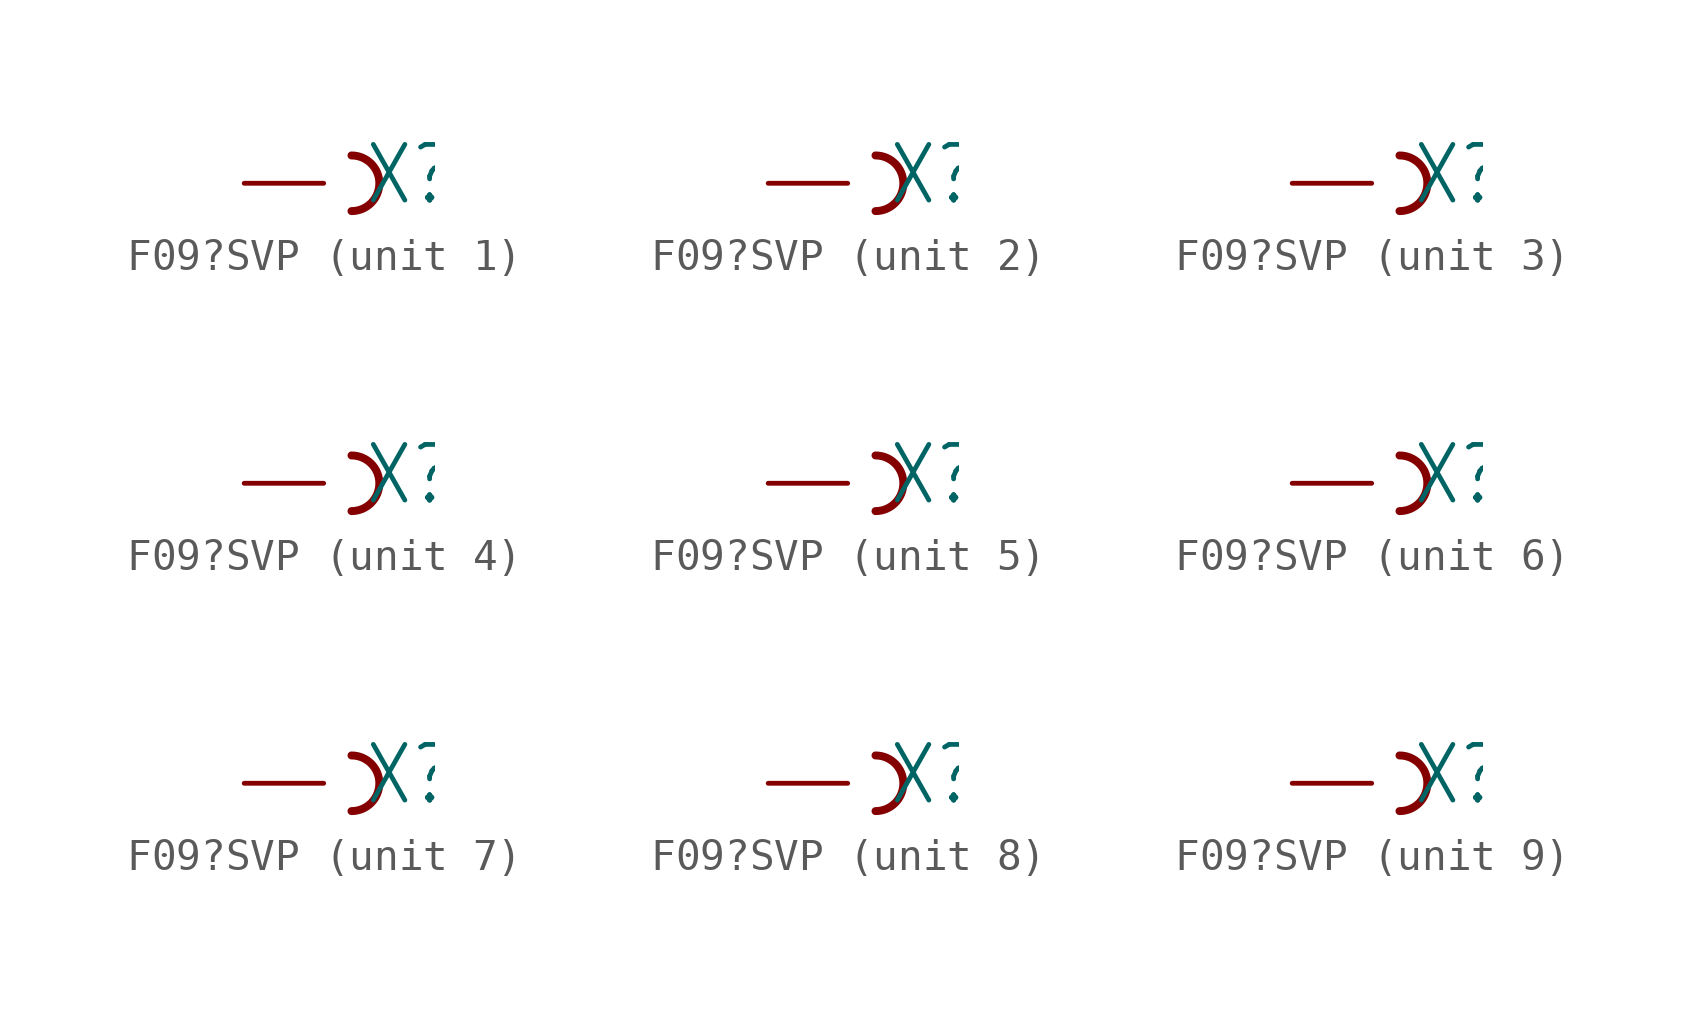
<source format=kicad_sym>
(kicad_symbol_lib
  (version 20211014)
  (generator kicad_symbol_editor)
  (symbol "F09?SVP"
    (property "Reference" "X"
      (at 1.27 -0.762 0)
      (effects (font (size 1.778 1.511)) (justify left bottom)))
    (property "ki_locked" ""
      (at 0 0 0)
      (effects (font (size 1.27 1.27))))
    (symbol "F09?SVP_1_0"
      (arc (start 0.889 -0.889) (mid 1.778 0) (end 0.889 0.889) (stroke (width 0.254) (type default) (color 0 0 0 0)) (fill (type none)))
      (pin passive line (at -2.54 0 0) (length 2.54) (name "F" (effects (font (size 0 0)))) (number "1" (effects (font (size 0 0))))))
    (symbol "F09?SVP_2_0"
      (arc (start 0.889 -0.889) (mid 1.778 0) (end 0.889 0.889) (stroke (width 0.254) (type default) (color 0 0 0 0)) (fill (type none)))
      (pin passive line (at -2.54 0 0) (length 2.54) (name "F" (effects (font (size 0 0)))) (number "2" (effects (font (size 0 0))))))
    (symbol "F09?SVP_3_0"
      (arc (start 0.889 -0.889) (mid 1.778 0) (end 0.889 0.889) (stroke (width 0.254) (type default) (color 0 0 0 0)) (fill (type none)))
      (pin passive line (at -2.54 0 0) (length 2.54) (name "F" (effects (font (size 0 0)))) (number "3" (effects (font (size 0 0))))))
    (symbol "F09?SVP_4_0"
      (arc (start 0.889 -0.889) (mid 1.778 0) (end 0.889 0.889) (stroke (width 0.254) (type default) (color 0 0 0 0)) (fill (type none)))
      (pin passive line (at -2.54 0 0) (length 2.54) (name "F" (effects (font (size 0 0)))) (number "4" (effects (font (size 0 0))))))
    (symbol "F09?SVP_5_0"
      (arc (start 0.889 -0.889) (mid 1.778 0) (end 0.889 0.889) (stroke (width 0.254) (type default) (color 0 0 0 0)) (fill (type none)))
      (pin passive line (at -2.54 0 0) (length 2.54) (name "F" (effects (font (size 0 0)))) (number "5" (effects (font (size 0 0))))))
    (symbol "F09?SVP_6_0"
      (arc (start 0.889 -0.889) (mid 1.778 0) (end 0.889 0.889) (stroke (width 0.254) (type default) (color 0 0 0 0)) (fill (type none)))
      (pin passive line (at -2.54 0 0) (length 2.54) (name "F" (effects (font (size 0 0)))) (number "6" (effects (font (size 0 0))))))
    (symbol "F09?SVP_7_0"
      (arc (start 0.889 -0.889) (mid 1.778 0) (end 0.889 0.889) (stroke (width 0.254) (type default) (color 0 0 0 0)) (fill (type none)))
      (pin passive line (at -2.54 0 0) (length 2.54) (name "F" (effects (font (size 0 0)))) (number "7" (effects (font (size 0 0))))))
    (symbol "F09?SVP_8_0"
      (arc (start 0.889 -0.889) (mid 1.778 0) (end 0.889 0.889) (stroke (width 0.254) (type default) (color 0 0 0 0)) (fill (type none)))
      (pin passive line (at -2.54 0 0) (length 2.54) (name "F" (effects (font (size 0 0)))) (number "8" (effects (font (size 0 0))))))
    (symbol "F09?SVP_9_0"
      (arc (start 0.889 -0.889) (mid 1.778 0) (end 0.889 0.889) (stroke (width 0.254) (type default) (color 0 0 0 0)) (fill (type none)))
      (pin passive line (at -2.54 0 0) (length 2.54) (name "F" (effects (font (size 0 0)))) (number "9" (effects (font (size 0 0))))))))
</source>
